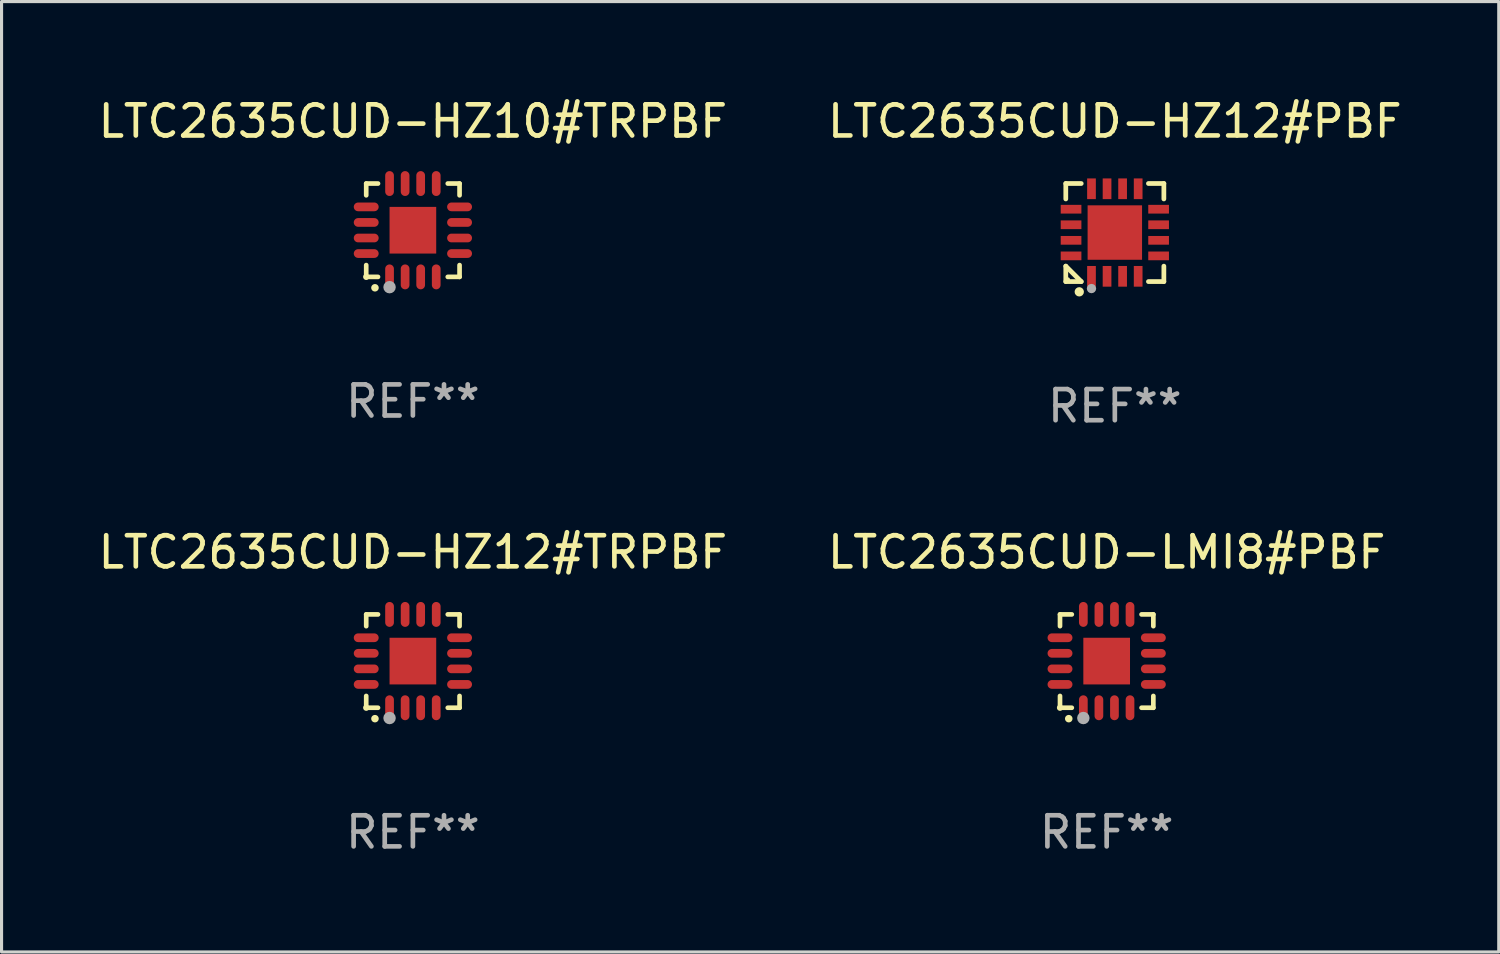
<source format=kicad_pcb>
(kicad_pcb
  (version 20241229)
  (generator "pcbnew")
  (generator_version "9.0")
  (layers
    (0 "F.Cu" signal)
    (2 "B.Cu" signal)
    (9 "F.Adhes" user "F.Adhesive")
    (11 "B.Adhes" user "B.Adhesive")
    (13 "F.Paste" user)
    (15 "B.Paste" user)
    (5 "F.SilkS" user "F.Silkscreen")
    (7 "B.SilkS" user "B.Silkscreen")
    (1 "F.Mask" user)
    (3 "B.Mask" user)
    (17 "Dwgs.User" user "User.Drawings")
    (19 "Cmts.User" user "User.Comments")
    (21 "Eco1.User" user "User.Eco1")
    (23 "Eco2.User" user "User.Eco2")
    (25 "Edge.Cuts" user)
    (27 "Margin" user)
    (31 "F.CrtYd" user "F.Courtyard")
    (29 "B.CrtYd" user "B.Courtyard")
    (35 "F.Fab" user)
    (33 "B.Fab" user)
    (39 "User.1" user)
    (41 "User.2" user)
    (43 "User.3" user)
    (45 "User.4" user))
  (footprint "LTC2635CUD-HZ12#TRPBF"
    (layer "F.Cu")
    (at 10.22 18.197)
    (property "Reference" "LTC2635CUD-HZ12#TRPBF" (at 0 -3.5 0) (layer "F.SilkS") (effects (font (size 1 1) (thickness 0.15))))
    (attr through_hole)
    (fp_line (start -1.5 -1.5) (end -1.121 -1.5) (stroke (width 0.15) (type solid)) (layer "F.SilkS"))
    (fp_line (start -1.5 -1.122) (end -1.5 -1.5) (stroke (width 0.15) (type solid)) (layer "F.SilkS"))
    (fp_line (start -1.5 1.5) (end -1.5 1.121) (stroke (width 0.15) (type solid)) (layer "F.SilkS"))
    (fp_line (start -1.121 1.5) (end -1.5 1.5) (stroke (width 0.15) (type solid)) (layer "F.SilkS"))
    (fp_line (start 1.121 -1.5) (end 1.5 -1.5) (stroke (width 0.15) (type solid)) (layer "F.SilkS"))
    (fp_line (start 1.5 -1.5) (end 1.5 -1.122) (stroke (width 0.15) (type solid)) (layer "F.SilkS"))
    (fp_line (start 1.5 1.121) (end 1.5 1.5) (stroke (width 0.15) (type solid)) (layer "F.SilkS"))
    (fp_line (start 1.5 1.5) (end 1.121 1.5) (stroke (width 0.15) (type solid)) (layer "F.SilkS"))
    (fp_arc (start -1.219926 1.850254) (mid -1.21891 1.85025) (end -1.217894 1.850254) (stroke (width 0.240005) (type solid)) (layer "F.SilkS"))
    (fp_circle (center -1.5 1.5) (end -1.45 1.5) (stroke (width 0.1) (type solid)) (fill no) (layer "F.SilkS"))
    (fp_circle (center -0.75 1.83) (end -0.65 1.83) (stroke (width 0.2) (type solid)) (fill no) (layer "F.Fab"))
    (fp_text user "REF**" (at 0 5.5 0) (layer "F.Fab") (effects (font (size 1 1) (thickness 0.15))))
    (pad "1" smd oval (at -0.75 1.5) (size 0.28 0.8) (layers "F.Cu" "F.Mask" "F.Paste"))
    (pad "2" smd oval (at -0.25 1.5) (size 0.28 0.8) (layers "F.Cu" "F.Mask" "F.Paste"))
    (pad "3" smd oval (at 0.25 1.5) (size 0.28 0.8) (layers "F.Cu" "F.Mask" "F.Paste"))
    (pad "4" smd oval (at 0.75 1.5) (size 0.28 0.8) (layers "F.Cu" "F.Mask" "F.Paste"))
    (pad "5" smd oval (at 1.5 0.75) (size 0.8 0.28) (layers "F.Cu" "F.Mask" "F.Paste"))
    (pad "6" smd oval (at 1.5 0.25) (size 0.8 0.28) (layers "F.Cu" "F.Mask" "F.Paste"))
    (pad "7" smd oval (at 1.5 -0.25) (size 0.8 0.28) (layers "F.Cu" "F.Mask" "F.Paste"))
    (pad "8" smd oval (at 1.5 -0.75) (size 0.8 0.28) (layers "F.Cu" "F.Mask" "F.Paste"))
    (pad "9" smd oval (at 0.75 -1.5) (size 0.28 0.8) (layers "F.Cu" "F.Mask" "F.Paste"))
    (pad "10" smd oval (at 0.25 -1.5) (size 0.28 0.8) (layers "F.Cu" "F.Mask" "F.Paste"))
    (pad "11" smd oval (at -0.25 -1.5) (size 0.28 0.8) (layers "F.Cu" "F.Mask" "F.Paste"))
    (pad "12" smd oval (at -0.75 -1.5) (size 0.28 0.8) (layers "F.Cu" "F.Mask" "F.Paste"))
    (pad "13" smd oval (at -1.5 -0.75) (size 0.8 0.28) (layers "F.Cu" "F.Mask" "F.Paste"))
    (pad "14" smd oval (at -1.5 -0.25) (size 0.8 0.28) (layers "F.Cu" "F.Mask" "F.Paste"))
    (pad "15" smd oval (at -1.5 0.25) (size 0.8 0.28) (layers "F.Cu" "F.Mask" "F.Paste"))
    (pad "16" smd oval (at -1.5 0.75) (size 0.8 0.28) (layers "F.Cu" "F.Mask" "F.Paste"))
    (pad "17" smd rect (at -0.000064 0.000165) (size 1.5 1.5) (layers "F.Cu" "F.Mask" "F.Paste")))
  (footprint "LTC2635CUD-HZ10#TRPBF"
    (layer "F.Cu")
    (at 10.22 4.349)
    (property "Reference" "LTC2635CUD-HZ10#TRPBF" (at 0 -3.5 0) (layer "F.SilkS") (effects (font (size 1 1) (thickness 0.15))))
    (attr through_hole)
    (fp_line (start -1.5 -1.5) (end -1.121 -1.5) (stroke (width 0.15) (type solid)) (layer "F.SilkS"))
    (fp_line (start -1.5 -1.122) (end -1.5 -1.5) (stroke (width 0.15) (type solid)) (layer "F.SilkS"))
    (fp_line (start -1.5 1.5) (end -1.5 1.121) (stroke (width 0.15) (type solid)) (layer "F.SilkS"))
    (fp_line (start -1.121 1.5) (end -1.5 1.5) (stroke (width 0.15) (type solid)) (layer "F.SilkS"))
    (fp_line (start 1.121 -1.5) (end 1.5 -1.5) (stroke (width 0.15) (type solid)) (layer "F.SilkS"))
    (fp_line (start 1.5 -1.5) (end 1.5 -1.122) (stroke (width 0.15) (type solid)) (layer "F.SilkS"))
    (fp_line (start 1.5 1.121) (end 1.5 1.5) (stroke (width 0.15) (type solid)) (layer "F.SilkS"))
    (fp_line (start 1.5 1.5) (end 1.121 1.5) (stroke (width 0.15) (type solid)) (layer "F.SilkS"))
    (fp_arc (start -1.219926 1.850254) (mid -1.21891 1.85025) (end -1.217894 1.850254) (stroke (width 0.240005) (type solid)) (layer "F.SilkS"))
    (fp_circle (center -1.5 1.5) (end -1.45 1.5) (stroke (width 0.1) (type solid)) (fill no) (layer "F.SilkS"))
    (fp_circle (center -0.75 1.83) (end -0.65 1.83) (stroke (width 0.2) (type solid)) (fill no) (layer "F.Fab"))
    (fp_text user "REF**" (at 0 5.5 0) (layer "F.Fab") (effects (font (size 1 1) (thickness 0.15))))
    (pad "1" smd oval (at -0.75 1.5) (size 0.28 0.8) (layers "F.Cu" "F.Mask" "F.Paste"))
    (pad "2" smd oval (at -0.25 1.5) (size 0.28 0.8) (layers "F.Cu" "F.Mask" "F.Paste"))
    (pad "3" smd oval (at 0.25 1.5) (size 0.28 0.8) (layers "F.Cu" "F.Mask" "F.Paste"))
    (pad "4" smd oval (at 0.75 1.5) (size 0.28 0.8) (layers "F.Cu" "F.Mask" "F.Paste"))
    (pad "5" smd oval (at 1.5 0.75) (size 0.8 0.28) (layers "F.Cu" "F.Mask" "F.Paste"))
    (pad "6" smd oval (at 1.5 0.25) (size 0.8 0.28) (layers "F.Cu" "F.Mask" "F.Paste"))
    (pad "7" smd oval (at 1.5 -0.25) (size 0.8 0.28) (layers "F.Cu" "F.Mask" "F.Paste"))
    (pad "8" smd oval (at 1.5 -0.75) (size 0.8 0.28) (layers "F.Cu" "F.Mask" "F.Paste"))
    (pad "9" smd oval (at 0.75 -1.5) (size 0.28 0.8) (layers "F.Cu" "F.Mask" "F.Paste"))
    (pad "10" smd oval (at 0.25 -1.5) (size 0.28 0.8) (layers "F.Cu" "F.Mask" "F.Paste"))
    (pad "11" smd oval (at -0.25 -1.5) (size 0.28 0.8) (layers "F.Cu" "F.Mask" "F.Paste"))
    (pad "12" smd oval (at -0.75 -1.5) (size 0.28 0.8) (layers "F.Cu" "F.Mask" "F.Paste"))
    (pad "13" smd oval (at -1.5 -0.75) (size 0.8 0.28) (layers "F.Cu" "F.Mask" "F.Paste"))
    (pad "14" smd oval (at -1.5 -0.25) (size 0.8 0.28) (layers "F.Cu" "F.Mask" "F.Paste"))
    (pad "15" smd oval (at -1.5 0.25) (size 0.8 0.28) (layers "F.Cu" "F.Mask" "F.Paste"))
    (pad "16" smd oval (at -1.5 0.75) (size 0.8 0.28) (layers "F.Cu" "F.Mask" "F.Paste"))
    (pad "17" smd rect (at -0.000064 0.000165) (size 1.5 1.5) (layers "F.Cu" "F.Mask" "F.Paste")))
  (footprint "LTC2635CUD-HZ12#PBF"
    (layer "F.Cu")
    (at 32.78 4.424)
    (property "Reference" "LTC2635CUD-HZ12#PBF" (at 0 -3.576 0) (layer "F.SilkS") (effects (font (size 1 1) (thickness 0.15))))
    (attr through_hole)
    (fp_line (start -1.576 -1.576) (end -1.08 -1.576) (stroke (width 0.152) (type solid)) (layer "F.SilkS"))
    (fp_line (start -1.576 -1.08) (end -1.576 -1.576) (stroke (width 0.152) (type solid)) (layer "F.SilkS"))
    (fp_line (start -1.576 1.08) (end -1.576 1.576) (stroke (width 0.152) (type solid)) (layer "F.SilkS"))
    (fp_line (start -1.576 1.576) (end -1.08 1.576) (stroke (width 0.152) (type solid)) (layer "F.SilkS"))
    (fp_line (start -1.08 1.576) (end -1.576 1.08) (stroke (width 0.152) (type solid)) (layer "F.SilkS"))
    (fp_line (start 1.576 -1.576) (end 1.08 -1.576) (stroke (width 0.152) (type solid)) (layer "F.SilkS"))
    (fp_line (start 1.576 -1.08) (end 1.576 -1.576) (stroke (width 0.152) (type solid)) (layer "F.SilkS"))
    (fp_line (start 1.576 1.08) (end 1.576 1.576) (stroke (width 0.152) (type solid)) (layer "F.SilkS"))
    (fp_line (start 1.576 1.576) (end 1.08 1.576) (stroke (width 0.152) (type solid)) (layer "F.SilkS"))
    (fp_circle (center -1.5 1.5) (end -1.47 1.5) (stroke (width 0.06) (type solid)) (fill no) (layer "F.SilkS"))
    (fp_circle (center -1.143 1.905) (end -1.068 1.905) (stroke (width 0.15) (type solid)) (fill no) (layer "F.SilkS"))
    (fp_circle (center -0.75 1.8) (end -0.675 1.8) (stroke (width 0.15) (type solid)) (fill no) (layer "F.Fab"))
    (fp_text user "REF**" (at 0 5.576 0) (layer "F.Fab") (effects (font (size 1 1) (thickness 0.15))))
    (pad "1" smd rect (at -0.75 1.407) (size 0.28 0.665) (layers "F.Cu" "F.Mask" "F.Paste"))
    (pad "2" smd rect (at -0.25 1.407) (size 0.28 0.665) (layers "F.Cu" "F.Mask" "F.Paste"))
    (pad "3" smd rect (at 0.25 1.407) (size 0.28 0.665) (layers "F.Cu" "F.Mask" "F.Paste"))
    (pad "4" smd rect (at 0.75 1.407) (size 0.28 0.665) (layers "F.Cu" "F.Mask" "F.Paste"))
    (pad "5" smd rect (at 1.407 0.75) (size 0.665 0.28) (layers "F.Cu" "F.Mask" "F.Paste"))
    (pad "6" smd rect (at 1.407 0.25) (size 0.665 0.28) (layers "F.Cu" "F.Mask" "F.Paste"))
    (pad "7" smd rect (at 1.407 -0.25) (size 0.665 0.28) (layers "F.Cu" "F.Mask" "F.Paste"))
    (pad "8" smd rect (at 1.407 -0.75) (size 0.665 0.28) (layers "F.Cu" "F.Mask" "F.Paste"))
    (pad "9" smd rect (at 0.75 -1.407) (size 0.28 0.665) (layers "F.Cu" "F.Mask" "F.Paste"))
    (pad "10" smd rect (at 0.25 -1.407) (size 0.28 0.665) (layers "F.Cu" "F.Mask" "F.Paste"))
    (pad "11" smd rect (at -0.25 -1.407) (size 0.28 0.665) (layers "F.Cu" "F.Mask" "F.Paste"))
    (pad "12" smd rect (at -0.75 -1.407) (size 0.28 0.665) (layers "F.Cu" "F.Mask" "F.Paste"))
    (pad "13" smd rect (at -1.407 -0.75) (size 0.665 0.28) (layers "F.Cu" "F.Mask" "F.Paste"))
    (pad "14" smd rect (at -1.407 -0.25) (size 0.665 0.28) (layers "F.Cu" "F.Mask" "F.Paste"))
    (pad "15" smd rect (at -1.407 0.25) (size 0.665 0.28) (layers "F.Cu" "F.Mask" "F.Paste"))
    (pad "16" smd rect (at -1.407 0.75) (size 0.665 0.28) (layers "F.Cu" "F.Mask" "F.Paste"))
    (pad "17" smd rect (at 0 0) (size 1.75 1.75) (layers "F.Cu" "F.Mask" "F.Paste")))
  (footprint "LTC2635CUD-LMI8#PBF"
    (layer "F.Cu")
    (at 32.518 18.197)
    (property "Reference" "LTC2635CUD-LMI8#PBF" (at 0 -3.5 0) (layer "F.SilkS") (effects (font (size 1 1) (thickness 0.15))))
    (attr through_hole)
    (fp_line (start -1.5 -1.5) (end -1.121 -1.5) (stroke (width 0.15) (type solid)) (layer "F.SilkS"))
    (fp_line (start -1.5 -1.122) (end -1.5 -1.5) (stroke (width 0.15) (type solid)) (layer "F.SilkS"))
    (fp_line (start -1.5 1.5) (end -1.5 1.121) (stroke (width 0.15) (type solid)) (layer "F.SilkS"))
    (fp_line (start -1.121 1.5) (end -1.5 1.5) (stroke (width 0.15) (type solid)) (layer "F.SilkS"))
    (fp_line (start 1.121 -1.5) (end 1.5 -1.5) (stroke (width 0.15) (type solid)) (layer "F.SilkS"))
    (fp_line (start 1.5 -1.5) (end 1.5 -1.122) (stroke (width 0.15) (type solid)) (layer "F.SilkS"))
    (fp_line (start 1.5 1.121) (end 1.5 1.5) (stroke (width 0.15) (type solid)) (layer "F.SilkS"))
    (fp_line (start 1.5 1.5) (end 1.121 1.5) (stroke (width 0.15) (type solid)) (layer "F.SilkS"))
    (fp_arc (start -1.219926 1.850254) (mid -1.21891 1.85025) (end -1.217894 1.850254) (stroke (width 0.240005) (type solid)) (layer "F.SilkS"))
    (fp_circle (center -1.5 1.5) (end -1.45 1.5) (stroke (width 0.1) (type solid)) (fill no) (layer "F.SilkS"))
    (fp_circle (center -0.75 1.83) (end -0.65 1.83) (stroke (width 0.2) (type solid)) (fill no) (layer "F.Fab"))
    (fp_text user "REF**" (at 0 5.5 0) (layer "F.Fab") (effects (font (size 1 1) (thickness 0.15))))
    (pad "1" smd oval (at -0.75 1.5) (size 0.28 0.8) (layers "F.Cu" "F.Mask" "F.Paste"))
    (pad "2" smd oval (at -0.25 1.5) (size 0.28 0.8) (layers "F.Cu" "F.Mask" "F.Paste"))
    (pad "3" smd oval (at 0.25 1.5) (size 0.28 0.8) (layers "F.Cu" "F.Mask" "F.Paste"))
    (pad "4" smd oval (at 0.75 1.5) (size 0.28 0.8) (layers "F.Cu" "F.Mask" "F.Paste"))
    (pad "5" smd oval (at 1.5 0.75) (size 0.8 0.28) (layers "F.Cu" "F.Mask" "F.Paste"))
    (pad "6" smd oval (at 1.5 0.25) (size 0.8 0.28) (layers "F.Cu" "F.Mask" "F.Paste"))
    (pad "7" smd oval (at 1.5 -0.25) (size 0.8 0.28) (layers "F.Cu" "F.Mask" "F.Paste"))
    (pad "8" smd oval (at 1.5 -0.75) (size 0.8 0.28) (layers "F.Cu" "F.Mask" "F.Paste"))
    (pad "9" smd oval (at 0.75 -1.5) (size 0.28 0.8) (layers "F.Cu" "F.Mask" "F.Paste"))
    (pad "10" smd oval (at 0.25 -1.5) (size 0.28 0.8) (layers "F.Cu" "F.Mask" "F.Paste"))
    (pad "11" smd oval (at -0.25 -1.5) (size 0.28 0.8) (layers "F.Cu" "F.Mask" "F.Paste"))
    (pad "12" smd oval (at -0.75 -1.5) (size 0.28 0.8) (layers "F.Cu" "F.Mask" "F.Paste"))
    (pad "13" smd oval (at -1.5 -0.75) (size 0.8 0.28) (layers "F.Cu" "F.Mask" "F.Paste"))
    (pad "14" smd oval (at -1.5 -0.25) (size 0.8 0.28) (layers "F.Cu" "F.Mask" "F.Paste"))
    (pad "15" smd oval (at -1.5 0.25) (size 0.8 0.28) (layers "F.Cu" "F.Mask" "F.Paste"))
    (pad "16" smd oval (at -1.5 0.75) (size 0.8 0.28) (layers "F.Cu" "F.Mask" "F.Paste"))
    (pad "17" smd rect (at -0.000064 0.000165) (size 1.5 1.5) (layers "F.Cu" "F.Mask" "F.Paste")))
  (gr_rect
    (start -3 -3)
    (end 45.119 27.546)
    (stroke (width 0.1) (type default))
    (fill no)
    (layer "Edge.Cuts")))
</source>
